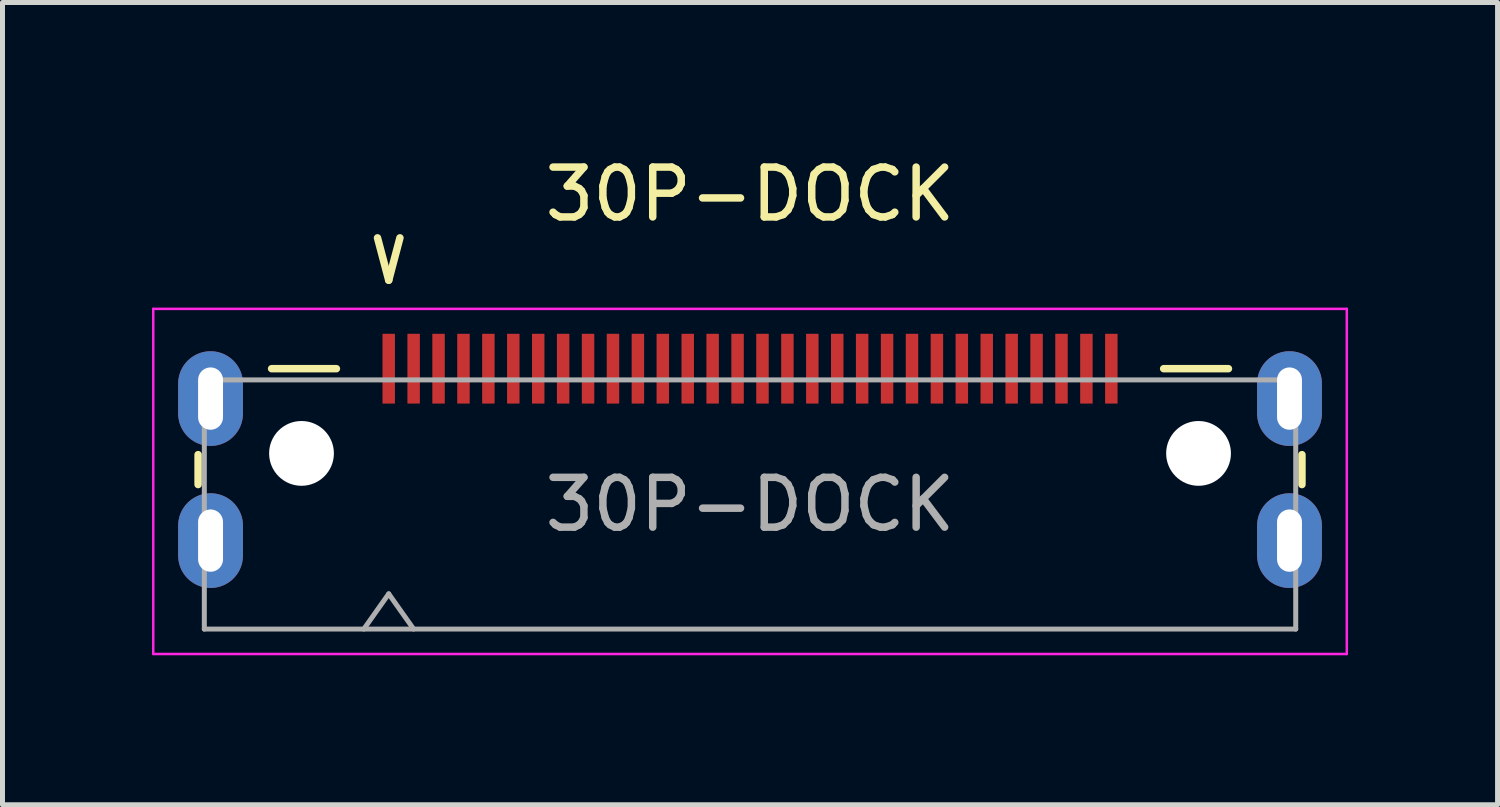
<source format=kicad_pcb>
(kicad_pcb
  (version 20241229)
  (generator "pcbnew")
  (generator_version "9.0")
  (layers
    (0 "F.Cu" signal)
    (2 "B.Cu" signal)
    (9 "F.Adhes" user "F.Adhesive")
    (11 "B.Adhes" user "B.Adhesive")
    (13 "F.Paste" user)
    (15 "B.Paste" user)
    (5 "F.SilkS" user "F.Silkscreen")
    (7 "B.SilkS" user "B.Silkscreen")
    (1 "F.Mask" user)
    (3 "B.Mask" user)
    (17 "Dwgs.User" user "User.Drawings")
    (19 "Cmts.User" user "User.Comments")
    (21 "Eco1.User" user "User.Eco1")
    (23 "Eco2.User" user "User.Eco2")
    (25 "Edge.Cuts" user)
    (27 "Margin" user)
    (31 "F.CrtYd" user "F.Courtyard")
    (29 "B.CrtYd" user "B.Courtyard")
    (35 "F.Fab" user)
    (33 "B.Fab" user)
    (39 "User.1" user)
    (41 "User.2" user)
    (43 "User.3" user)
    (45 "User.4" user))
  (footprint "30P-DOCK"
    (layer "F.Cu")
    (at 12 7.073)
    (property "Reference" "30P-DOCK" (at 0 -6.225 0) (layer "F.SilkS") (effects (font (size 1 1) (thickness 0.15))))
    (attr smd)
    (fp_line (start -11.075 -0.4) (end -11.075 -1) (stroke (width 0.15) (type solid)) (layer "F.SilkS"))
    (fp_line (start -8.3 -2.725) (end -9.6 -2.725) (stroke (width 0.15) (type solid)) (layer "F.SilkS"))
    (fp_line (start -7.475 -5.35) (end -7.25 -4.5) (stroke (width 0.15) (type default)) (layer "F.SilkS"))
    (fp_line (start -7.25 -4.5) (end -7.025 -5.35) (stroke (width 0.15) (type default)) (layer "F.SilkS"))
    (fp_line (start 8.3 -2.725) (end 9.6 -2.725) (stroke (width 0.15) (type solid)) (layer "F.SilkS"))
    (fp_line (start 11.075 -0.4) (end 11.075 -1) (stroke (width 0.15) (type solid)) (layer "F.SilkS"))
    (fp_line (start -11.975 -3.925) (end -11.975 3) (stroke (width 0.05) (type solid)) (layer "F.CrtYd"))
    (fp_line (start 11.975 -3.925) (end -11.975 -3.925) (stroke (width 0.05) (type solid)) (layer "F.CrtYd"))
    (fp_line (start 11.975 -3.925) (end 11.975 3) (stroke (width 0.05) (type solid)) (layer "F.CrtYd"))
    (fp_line (start 11.975 3) (end -11.975 3) (stroke (width 0.05) (type solid)) (layer "F.CrtYd"))
    (fp_line (start -10.95 2.5) (end -10.95 -2.5) (stroke (width 0.1) (type solid)) (layer "F.Fab"))
    (fp_line (start -7.75 2.5) (end -7.25 1.793) (stroke (width 0.1) (type solid)) (layer "F.Fab"))
    (fp_line (start -7.25 1.793) (end -6.75 2.5) (stroke (width 0.1) (type solid)) (layer "F.Fab"))
    (fp_line (start 10.95 -2.5) (end -10.95 -2.5) (stroke (width 0.1) (type solid)) (layer "F.Fab"))
    (fp_line (start 10.95 2.5) (end -10.95 2.5) (stroke (width 0.1) (type solid)) (layer "F.Fab"))
    (fp_line (start 10.95 2.5) (end 10.95 -2.5) (stroke (width 0.1) (type solid)) (layer "F.Fab"))
    (fp_text user "${REFERENCE}" (at 0 0 0) (layer "F.Fab") (effects (font (size 1 1) (thickness 0.15))))
    (pad "" np_thru_hole circle (at -9 -1.025) (size 1.3 1.3) (drill 1.3) (layers "*.Cu" "*.Mask"))
    (pad "" np_thru_hole circle (at 9 -1.025) (size 1.3 1.3) (drill 1.3) (layers "*.Cu" "*.Mask"))
    (pad "1" smd rect (at -7.25 -2.725) (size 0.25 1.4) (layers "F.Cu" "F.Mask" "F.Paste"))
    (pad "2" smd rect (at -6.75 -2.725) (size 0.25 1.4) (layers "F.Cu" "F.Mask" "F.Paste"))
    (pad "3" smd rect (at -6.25 -2.725) (size 0.25 1.4) (layers "F.Cu" "F.Mask" "F.Paste"))
    (pad "4" smd rect (at -5.75 -2.725) (size 0.25 1.4) (layers "F.Cu" "F.Mask" "F.Paste"))
    (pad "5" smd rect (at -5.25 -2.725) (size 0.25 1.4) (layers "F.Cu" "F.Mask" "F.Paste"))
    (pad "6" smd rect (at -4.75 -2.725) (size 0.25 1.4) (layers "F.Cu" "F.Mask" "F.Paste"))
    (pad "7" smd rect (at -4.25 -2.725) (size 0.25 1.4) (layers "F.Cu" "F.Mask" "F.Paste"))
    (pad "8" smd rect (at -3.75 -2.725) (size 0.25 1.4) (layers "F.Cu" "F.Mask" "F.Paste"))
    (pad "9" smd rect (at -3.25 -2.725) (size 0.25 1.4) (layers "F.Cu" "F.Mask" "F.Paste"))
    (pad "10" smd rect (at -2.75 -2.725) (size 0.25 1.4) (layers "F.Cu" "F.Mask" "F.Paste"))
    (pad "11" smd rect (at -2.25 -2.725) (size 0.25 1.4) (layers "F.Cu" "F.Mask" "F.Paste"))
    (pad "12" smd rect (at -1.75 -2.725) (size 0.25 1.4) (layers "F.Cu" "F.Mask" "F.Paste"))
    (pad "13" smd rect (at -1.25 -2.725) (size 0.25 1.4) (layers "F.Cu" "F.Mask" "F.Paste"))
    (pad "14" smd rect (at -0.75 -2.725) (size 0.25 1.4) (layers "F.Cu" "F.Mask" "F.Paste"))
    (pad "15" smd rect (at -0.25 -2.725) (size 0.25 1.4) (layers "F.Cu" "F.Mask" "F.Paste"))
    (pad "16" smd rect (at 0.25 -2.725) (size 0.25 1.4) (layers "F.Cu" "F.Mask" "F.Paste"))
    (pad "17" smd rect (at 0.75 -2.725) (size 0.25 1.4) (layers "F.Cu" "F.Mask" "F.Paste"))
    (pad "18" smd rect (at 1.25 -2.725) (size 0.25 1.4) (layers "F.Cu" "F.Mask" "F.Paste"))
    (pad "19" smd rect (at 1.75 -2.725) (size 0.25 1.4) (layers "F.Cu" "F.Mask" "F.Paste"))
    (pad "20" smd rect (at 2.25 -2.725) (size 0.25 1.4) (layers "F.Cu" "F.Mask" "F.Paste"))
    (pad "21" smd rect (at 2.75 -2.725) (size 0.25 1.4) (layers "F.Cu" "F.Mask" "F.Paste"))
    (pad "22" smd rect (at 3.25 -2.725) (size 0.25 1.4) (layers "F.Cu" "F.Mask" "F.Paste"))
    (pad "23" smd rect (at 3.75 -2.725) (size 0.25 1.4) (layers "F.Cu" "F.Mask" "F.Paste"))
    (pad "24" smd rect (at 4.25 -2.725) (size 0.25 1.4) (layers "F.Cu" "F.Mask" "F.Paste"))
    (pad "25" smd rect (at 4.75 -2.725) (size 0.25 1.4) (layers "F.Cu" "F.Mask" "F.Paste"))
    (pad "26" smd rect (at 5.25 -2.725) (size 0.25 1.4) (layers "F.Cu" "F.Mask" "F.Paste"))
    (pad "27" smd rect (at 5.75 -2.725) (size 0.25 1.4) (layers "F.Cu" "F.Mask" "F.Paste"))
    (pad "28" smd rect (at 6.25 -2.725) (size 0.25 1.4) (layers "F.Cu" "F.Mask" "F.Paste"))
    (pad "29" smd rect (at 6.75 -2.725) (size 0.25 1.4) (layers "F.Cu" "F.Mask" "F.Paste"))
    (pad "30" smd rect (at 7.25 -2.725) (size 0.25 1.4) (layers "F.Cu" "F.Mask" "F.Paste"))
    (pad "MH" thru_hole oval (at -10.825 -2.125) (size 1.3 1.9) (drill oval 0.5 1.25) (layers "*.Cu" "*.Mask"))
    (pad "MH" thru_hole oval (at -10.825 0.725) (size 1.3 1.9) (drill oval 0.5 1.25) (layers "*.Cu" "*.Mask"))
    (pad "MH" thru_hole oval (at 10.825 -2.125) (size 1.3 1.9) (drill oval 0.5 1.25) (layers "*.Cu" "*.Mask"))
    (pad "MH" thru_hole oval (at 10.825 0.725) (size 1.3 1.9) (drill oval 0.5 1.25) (layers "*.Cu" "*.Mask")))
  (gr_rect
    (start -3 -3)
    (end 27 13.098)
    (stroke (width 0.1) (type default))
    (fill no)
    (layer "Edge.Cuts")))
</source>
